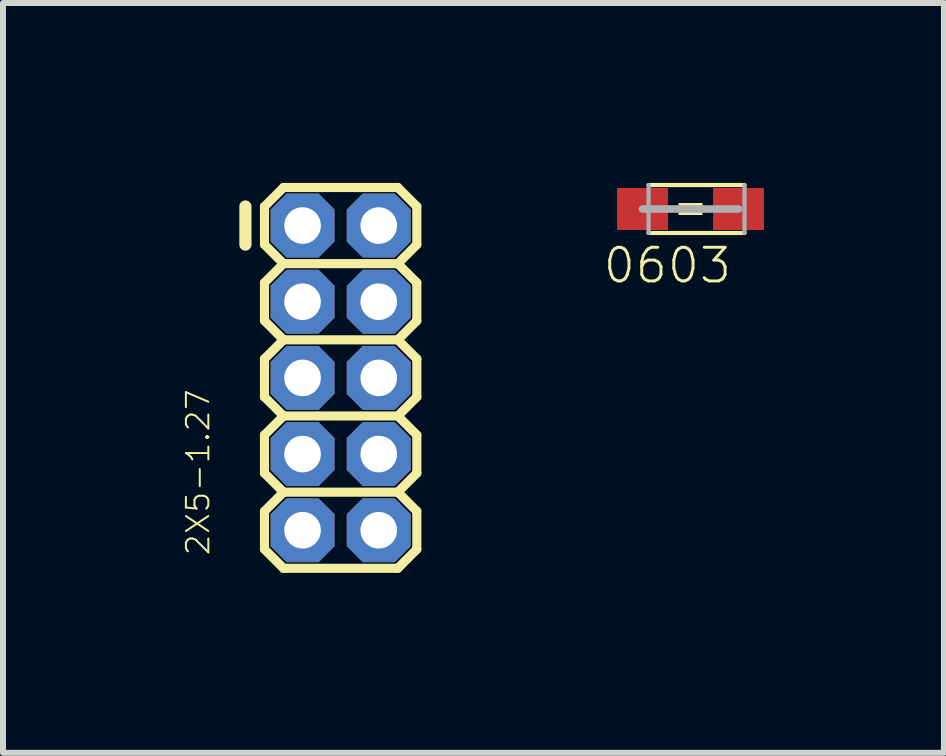
<source format=kicad_pcb>
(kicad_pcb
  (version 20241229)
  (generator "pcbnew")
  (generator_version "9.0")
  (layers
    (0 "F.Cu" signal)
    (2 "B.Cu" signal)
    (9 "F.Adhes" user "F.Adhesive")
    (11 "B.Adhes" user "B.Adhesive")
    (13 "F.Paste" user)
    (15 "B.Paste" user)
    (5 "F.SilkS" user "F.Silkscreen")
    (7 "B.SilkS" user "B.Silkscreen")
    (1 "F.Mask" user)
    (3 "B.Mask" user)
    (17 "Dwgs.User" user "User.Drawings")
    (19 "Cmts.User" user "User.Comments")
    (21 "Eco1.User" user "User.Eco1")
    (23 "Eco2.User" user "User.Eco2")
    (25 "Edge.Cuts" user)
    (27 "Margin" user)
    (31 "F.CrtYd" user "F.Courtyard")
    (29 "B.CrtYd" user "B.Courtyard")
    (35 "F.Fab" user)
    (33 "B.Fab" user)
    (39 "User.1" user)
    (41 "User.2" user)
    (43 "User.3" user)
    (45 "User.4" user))
  (footprint "2X5-1.27"
    (layer "F.Cu")
    (at 3.265 4.521)
    (property "Reference" "2X5-1.27" (at -2.794 1.714 90) (layer "F.SilkS") (effects (font (size 0.374 0.374) (thickness 0.033)) (justify left bottom)))
    (fp_line (start -2.223 -4.128) (end -2.223 -3.493) (stroke (width 0.203) (type solid)) (layer "F.SilkS"))
    (fp_line (start -1.905 -4.128) (end -1.905 -3.493) (stroke (width 0.152) (type solid)) (layer "F.SilkS"))
    (fp_line (start -1.905 -3.493) (end -1.587 -3.175) (stroke (width 0.152) (type solid)) (layer "F.SilkS"))
    (fp_line (start -1.905 -2.857) (end -1.905 -2.223) (stroke (width 0.152) (type solid)) (layer "F.SilkS"))
    (fp_line (start -1.905 -2.223) (end -1.587 -1.905) (stroke (width 0.152) (type solid)) (layer "F.SilkS"))
    (fp_line (start -1.905 -1.587) (end -1.905 -0.953) (stroke (width 0.152) (type solid)) (layer "F.SilkS"))
    (fp_line (start -1.905 -0.953) (end -1.587 -0.635) (stroke (width 0.152) (type solid)) (layer "F.SilkS"))
    (fp_line (start -1.905 -0.318) (end -1.905 0.318) (stroke (width 0.152) (type solid)) (layer "F.SilkS"))
    (fp_line (start -1.905 0.318) (end -1.587 0.635) (stroke (width 0.152) (type solid)) (layer "F.SilkS"))
    (fp_line (start -1.905 0.953) (end -1.905 1.587) (stroke (width 0.152) (type solid)) (layer "F.SilkS"))
    (fp_line (start -1.905 1.587) (end -1.587 1.905) (stroke (width 0.152) (type solid)) (layer "F.SilkS"))
    (fp_line (start -1.587 -4.445) (end -1.905 -4.128) (stroke (width 0.152) (type solid)) (layer "F.SilkS"))
    (fp_line (start -1.587 -4.445) (end 0.318 -4.445) (stroke (width 0.152) (type solid)) (layer "F.SilkS"))
    (fp_line (start -1.587 -3.175) (end -1.905 -2.857) (stroke (width 0.152) (type solid)) (layer "F.SilkS"))
    (fp_line (start -1.587 -1.905) (end -1.905 -1.587) (stroke (width 0.152) (type solid)) (layer "F.SilkS"))
    (fp_line (start -1.587 -0.635) (end -1.905 -0.318) (stroke (width 0.152) (type solid)) (layer "F.SilkS"))
    (fp_line (start -1.587 0.635) (end -1.905 0.953) (stroke (width 0.152) (type solid)) (layer "F.SilkS"))
    (fp_line (start 0.318 -4.445) (end 0.635 -4.128) (stroke (width 0.152) (type solid)) (layer "F.SilkS"))
    (fp_line (start 0.318 -3.175) (end -1.587 -3.175) (stroke (width 0.152) (type solid)) (layer "F.SilkS"))
    (fp_line (start 0.318 -3.175) (end 0.635 -2.857) (stroke (width 0.152) (type solid)) (layer "F.SilkS"))
    (fp_line (start 0.318 -1.905) (end -1.587 -1.905) (stroke (width 0.152) (type solid)) (layer "F.SilkS"))
    (fp_line (start 0.318 -1.905) (end 0.635 -1.587) (stroke (width 0.152) (type solid)) (layer "F.SilkS"))
    (fp_line (start 0.318 -0.635) (end -1.587 -0.635) (stroke (width 0.152) (type solid)) (layer "F.SilkS"))
    (fp_line (start 0.318 -0.635) (end 0.635 -0.318) (stroke (width 0.152) (type solid)) (layer "F.SilkS"))
    (fp_line (start 0.318 0.635) (end -1.587 0.635) (stroke (width 0.152) (type solid)) (layer "F.SilkS"))
    (fp_line (start 0.318 0.635) (end 0.635 0.953) (stroke (width 0.152) (type solid)) (layer "F.SilkS"))
    (fp_line (start 0.318 1.905) (end -1.587 1.905) (stroke (width 0.152) (type solid)) (layer "F.SilkS"))
    (fp_line (start 0.635 -4.128) (end 0.635 -3.493) (stroke (width 0.152) (type solid)) (layer "F.SilkS"))
    (fp_line (start 0.635 -3.493) (end 0.318 -3.175) (stroke (width 0.152) (type solid)) (layer "F.SilkS"))
    (fp_line (start 0.635 -2.857) (end 0.635 -2.223) (stroke (width 0.152) (type solid)) (layer "F.SilkS"))
    (fp_line (start 0.635 -2.223) (end 0.318 -1.905) (stroke (width 0.152) (type solid)) (layer "F.SilkS"))
    (fp_line (start 0.635 -1.587) (end 0.635 -0.953) (stroke (width 0.152) (type solid)) (layer "F.SilkS"))
    (fp_line (start 0.635 -0.953) (end 0.318 -0.635) (stroke (width 0.152) (type solid)) (layer "F.SilkS"))
    (fp_line (start 0.635 -0.318) (end 0.635 0.318) (stroke (width 0.152) (type solid)) (layer "F.SilkS"))
    (fp_line (start 0.635 0.318) (end 0.318 0.635) (stroke (width 0.152) (type solid)) (layer "F.SilkS"))
    (fp_line (start 0.635 0.953) (end 0.635 1.587) (stroke (width 0.152) (type solid)) (layer "F.SilkS"))
    (fp_line (start 0.635 1.587) (end 0.318 1.905) (stroke (width 0.152) (type solid)) (layer "F.SilkS"))
    (fp_poly (pts (xy -1.397 -3.683) (xy -1.143 -3.683) (xy -1.143 -3.937) (xy -1.397 -3.937)) (stroke (width 0.1) (type solid)) (fill no) (layer "F.Fab"))
    (fp_poly (pts (xy -1.397 -2.413) (xy -1.143 -2.413) (xy -1.143 -2.667) (xy -1.397 -2.667)) (stroke (width 0.1) (type solid)) (fill no) (layer "F.Fab"))
    (fp_poly (pts (xy -1.397 -1.143) (xy -1.143 -1.143) (xy -1.143 -1.397) (xy -1.397 -1.397)) (stroke (width 0.1) (type solid)) (fill no) (layer "F.Fab"))
    (fp_poly (pts (xy -1.397 0.127) (xy -1.143 0.127) (xy -1.143 -0.127) (xy -1.397 -0.127)) (stroke (width 0.1) (type solid)) (fill no) (layer "F.Fab"))
    (fp_poly (pts (xy -1.397 1.397) (xy -1.143 1.397) (xy -1.143 1.143) (xy -1.397 1.143)) (stroke (width 0.1) (type solid)) (fill no) (layer "F.Fab"))
    (fp_poly (pts (xy -0.127 -3.683) (xy 0.127 -3.683) (xy 0.127 -3.937) (xy -0.127 -3.937)) (stroke (width 0.1) (type solid)) (fill no) (layer "F.Fab"))
    (fp_poly (pts (xy -0.127 -2.413) (xy 0.127 -2.413) (xy 0.127 -2.667) (xy -0.127 -2.667)) (stroke (width 0.1) (type solid)) (fill no) (layer "F.Fab"))
    (fp_poly (pts (xy -0.127 -1.143) (xy 0.127 -1.143) (xy 0.127 -1.397) (xy -0.127 -1.397)) (stroke (width 0.1) (type solid)) (fill no) (layer "F.Fab"))
    (fp_poly (pts (xy -0.127 0.127) (xy 0.127 0.127) (xy 0.127 -0.127) (xy -0.127 -0.127)) (stroke (width 0.1) (type solid)) (fill no) (layer "F.Fab"))
    (fp_poly (pts (xy -0.127 1.397) (xy 0.127 1.397) (xy 0.127 1.143) (xy -0.127 1.143)) (stroke (width 0.1) (type solid)) (fill no) (layer "F.Fab"))
    (pad "1" thru_hole roundrect (at -1.27 -3.81 270) (size 1.067 1.067) (drill 0.61) (layers "*.Cu" "*.Mask") (roundrect_rratio 0.25) (chamfer_ratio 0.25) (chamfer top_left top_right bottom_left bottom_right))
    (pad "2" thru_hole roundrect (at 0 -3.81 270) (size 1.067 1.067) (drill 0.61) (layers "*.Cu" "*.Mask") (roundrect_rratio 0.25) (chamfer_ratio 0.25) (chamfer top_left top_right bottom_left bottom_right))
    (pad "3" thru_hole roundrect (at -1.27 -2.54 270) (size 1.067 1.067) (drill 0.61) (layers "*.Cu" "*.Mask") (roundrect_rratio 0.25) (chamfer_ratio 0.25) (chamfer top_left top_right bottom_left bottom_right))
    (pad "4" thru_hole roundrect (at 0 -2.54 270) (size 1.067 1.067) (drill 0.61) (layers "*.Cu" "*.Mask") (roundrect_rratio 0.25) (chamfer_ratio 0.25) (chamfer top_left top_right bottom_left bottom_right))
    (pad "5" thru_hole roundrect (at -1.27 -1.27 270) (size 1.067 1.067) (drill 0.61) (layers "*.Cu" "*.Mask") (roundrect_rratio 0.25) (chamfer_ratio 0.25) (chamfer top_left top_right bottom_left bottom_right))
    (pad "6" thru_hole roundrect (at 0 -1.27 270) (size 1.067 1.067) (drill 0.61) (layers "*.Cu" "*.Mask") (roundrect_rratio 0.25) (chamfer_ratio 0.25) (chamfer top_left top_right bottom_left bottom_right))
    (pad "7" thru_hole roundrect (at -1.27 0 270) (size 1.067 1.067) (drill 0.61) (layers "*.Cu" "*.Mask") (roundrect_rratio 0.25) (chamfer_ratio 0.25) (chamfer top_left top_right bottom_left bottom_right))
    (pad "8" thru_hole roundrect (at 0 0 270) (size 1.067 1.067) (drill 0.61) (layers "*.Cu" "*.Mask") (roundrect_rratio 0.25) (chamfer_ratio 0.25) (chamfer top_left top_right bottom_left bottom_right))
    (pad "9" thru_hole roundrect (at -1.27 1.27 270) (size 1.067 1.067) (drill 0.61) (layers "*.Cu" "*.Mask") (roundrect_rratio 0.25) (chamfer_ratio 0.25) (chamfer top_left top_right bottom_left bottom_right))
    (pad "10" thru_hole roundrect (at 0 1.27 270) (size 1.067 1.067) (drill 0.61) (layers "*.Cu" "*.Mask") (roundrect_rratio 0.25) (chamfer_ratio 0.25) (chamfer top_left top_right bottom_left bottom_right)))
  (footprint "0603"
    (layer "F.Cu")
    (at 8.564 0.435)
    (property "Reference" "0603" (at -1.587 1.27 0) (layer "F.SilkS") (effects (font (size 0.561 0.561) (thickness 0.049)) (justify left bottom)))
    (fp_line (start -0.8 -0.4) (end 0.8 -0.4) (stroke (width 0.07) (type solid)) (layer "F.SilkS"))
    (fp_line (start 0.8 0.4) (end -0.8 0.4) (stroke (width 0.07) (type solid)) (layer "F.SilkS"))
    (fp_poly (pts (xy -0.3 0.1) (xy 0.1 0.1) (xy 0.1 -0.1) (xy -0.3 -0.1)) (stroke (width 0) (type solid)) (fill yes) (layer "F.SilkS"))
    (fp_line (start -0.9 0) (end 0.7 0) (stroke (width 0.127) (type solid)) (layer "F.Fab"))
    (fp_line (start -0.8 0.4) (end -0.8 -0.4) (stroke (width 0.07) (type solid)) (layer "F.Fab"))
    (fp_line (start 0.8 -0.4) (end 0.8 0.4) (stroke (width 0.07) (type solid)) (layer "F.Fab"))
    (pad "1" smd rect (at -0.9 0) (size 0.85 0.7) (layers "F.Cu" "F.Mask" "F.Paste"))
    (pad "2" smd rect (at 0.7 0) (size 0.85 0.7) (layers "F.Cu" "F.Mask" "F.Paste")))
  (gr_rect
    (start -3 -3)
    (end 12.689 9.502)
    (stroke (width 0.1) (type default))
    (fill no)
    (layer "Edge.Cuts")))
</source>
